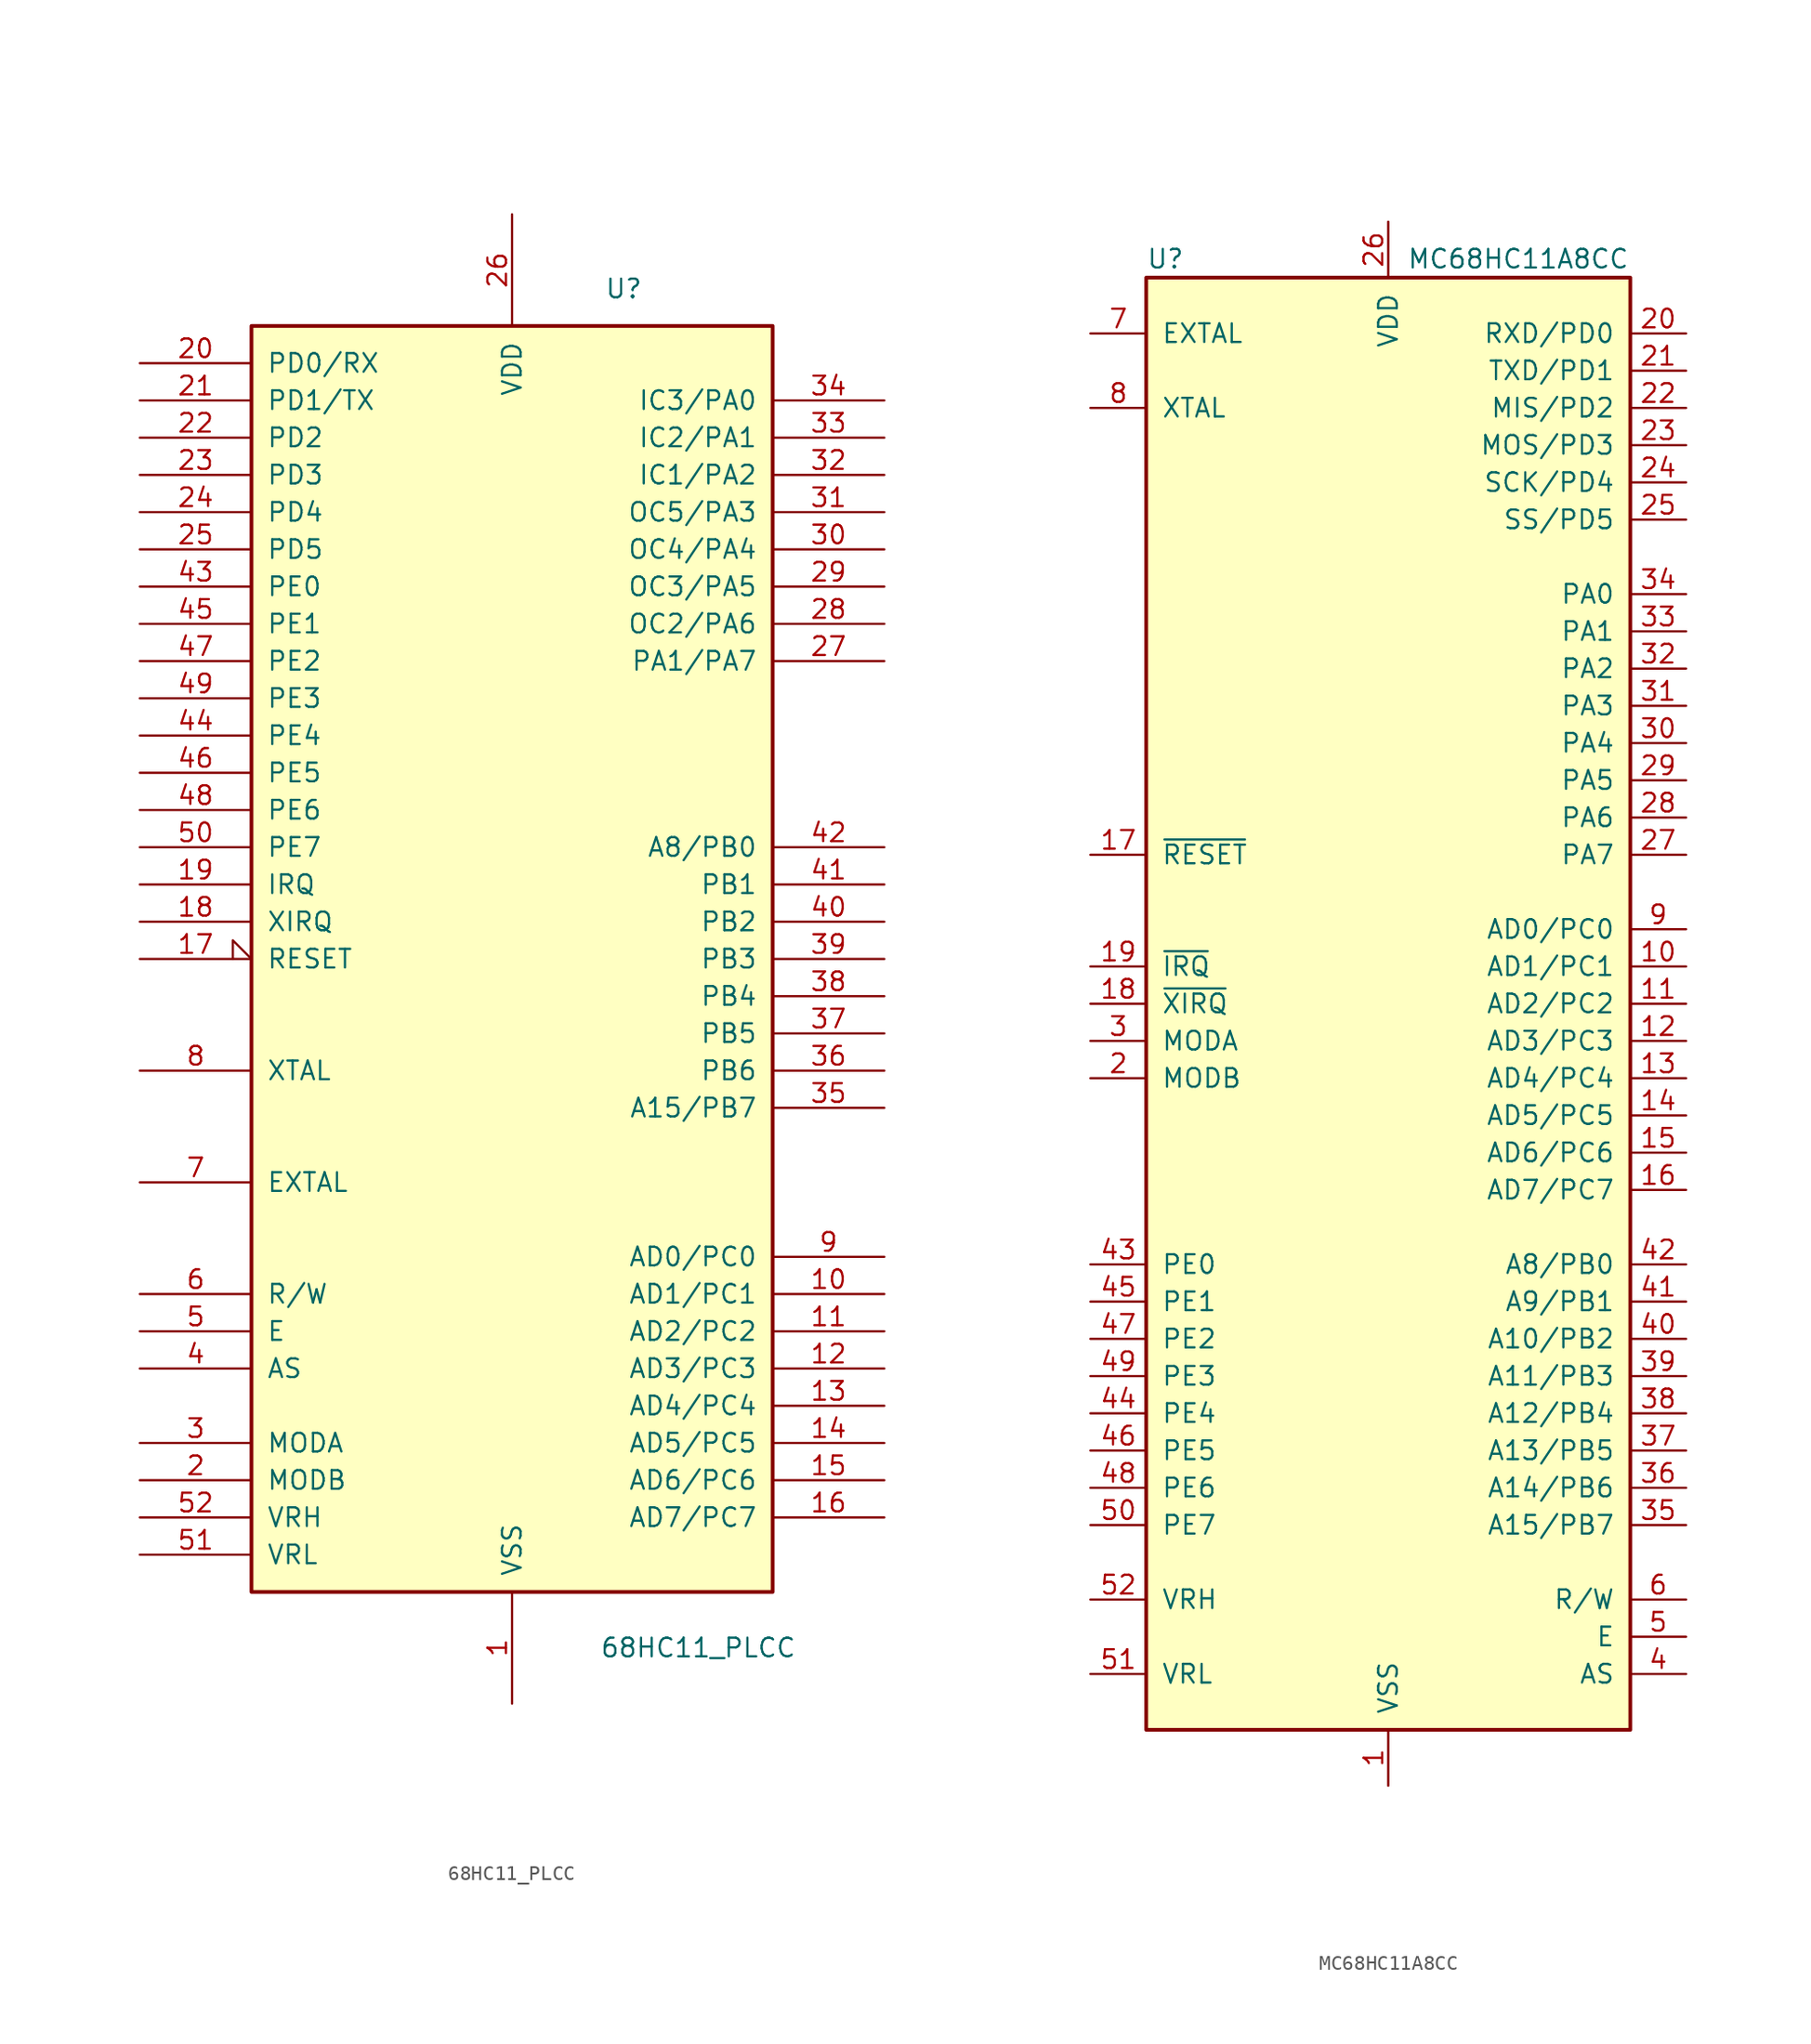
<source format=kicad_sym>
(kicad_symbol_lib
  (version 20220914)
  (generator kicad_symbol_editor)
  (symbol "68HC11_PLCC"
    (pin_names
      (offset 1.016))
    (property "Reference" "U"
      (at 7.62 45.72 0)
      (effects (font (size 1.27 1.27))))
    (property "Value" "68HC11_PLCC"
      (at 12.7 -46.99 0)
      (effects (font (size 1.27 1.27))))
    (symbol "68HC11_PLCC_0_1"
      (rectangle (start -17.78 -43.18) (end 17.78 43.18) (stroke (width 0.254) (type default)) (fill (type background))))
    (symbol "68HC11_PLCC_1_1"
      (pin power_in line (at 0 -50.8 90) (length 7.62) (name "VSS" (effects (font (size 1.27 1.27)))) (number "1" (effects (font (size 1.27 1.27)))))
      (pin tri_state line (at 25.4 -22.86 180) (length 7.62) (name "AD1/PC1" (effects (font (size 1.27 1.27)))) (number "10" (effects (font (size 1.27 1.27)))))
      (pin tri_state line (at 25.4 -25.4 180) (length 7.62) (name "AD2/PC2" (effects (font (size 1.27 1.27)))) (number "11" (effects (font (size 1.27 1.27)))))
      (pin tri_state line (at 25.4 -27.94 180) (length 7.62) (name "AD3/PC3" (effects (font (size 1.27 1.27)))) (number "12" (effects (font (size 1.27 1.27)))))
      (pin tri_state line (at 25.4 -30.48 180) (length 7.62) (name "AD4/PC4" (effects (font (size 1.27 1.27)))) (number "13" (effects (font (size 1.27 1.27)))))
      (pin tri_state line (at 25.4 -33.02 180) (length 7.62) (name "AD5/PC5" (effects (font (size 1.27 1.27)))) (number "14" (effects (font (size 1.27 1.27)))))
      (pin tri_state line (at 25.4 -35.56 180) (length 7.62) (name "AD6/PC6" (effects (font (size 1.27 1.27)))) (number "15" (effects (font (size 1.27 1.27)))))
      (pin tri_state line (at 25.4 -38.1 180) (length 7.62) (name "AD7/PC7" (effects (font (size 1.27 1.27)))) (number "16" (effects (font (size 1.27 1.27)))))
      (pin input input_low (at -25.4 0 0) (length 7.62) (name "RESET" (effects (font (size 1.27 1.27)))) (number "17" (effects (font (size 1.27 1.27)))))
      (pin input line (at -25.4 2.54 0) (length 7.62) (name "XIRQ" (effects (font (size 1.27 1.27)))) (number "18" (effects (font (size 1.27 1.27)))))
      (pin input line (at -25.4 5.08 0) (length 7.62) (name "IRQ" (effects (font (size 1.27 1.27)))) (number "19" (effects (font (size 1.27 1.27)))))
      (pin input line (at -25.4 -35.56 0) (length 7.62) (name "MODB" (effects (font (size 1.27 1.27)))) (number "2" (effects (font (size 1.27 1.27)))))
      (pin bidirectional line (at -25.4 40.64 0) (length 7.62) (name "PD0/RX" (effects (font (size 1.27 1.27)))) (number "20" (effects (font (size 1.27 1.27)))))
      (pin bidirectional line (at -25.4 38.1 0) (length 7.62) (name "PD1/TX" (effects (font (size 1.27 1.27)))) (number "21" (effects (font (size 1.27 1.27)))))
      (pin bidirectional line (at -25.4 35.56 0) (length 7.62) (name "PD2" (effects (font (size 1.27 1.27)))) (number "22" (effects (font (size 1.27 1.27)))))
      (pin input line (at -25.4 33.02 0) (length 7.62) (name "PD3" (effects (font (size 1.27 1.27)))) (number "23" (effects (font (size 1.27 1.27)))))
      (pin bidirectional line (at -25.4 30.48 0) (length 7.62) (name "PD4" (effects (font (size 1.27 1.27)))) (number "24" (effects (font (size 1.27 1.27)))))
      (pin bidirectional line (at -25.4 27.94 0) (length 7.62) (name "PD5" (effects (font (size 1.27 1.27)))) (number "25" (effects (font (size 1.27 1.27)))))
      (pin power_in line (at 0 50.8 270) (length 7.62) (name "VDD" (effects (font (size 1.27 1.27)))) (number "26" (effects (font (size 1.27 1.27)))))
      (pin input line (at 25.4 20.32 180) (length 7.62) (name "PA1/PA7" (effects (font (size 1.27 1.27)))) (number "27" (effects (font (size 1.27 1.27)))))
      (pin output line (at 25.4 22.86 180) (length 7.62) (name "OC2/PA6" (effects (font (size 1.27 1.27)))) (number "28" (effects (font (size 1.27 1.27)))))
      (pin output line (at 25.4 25.4 180) (length 7.62) (name "OC3/PA5" (effects (font (size 1.27 1.27)))) (number "29" (effects (font (size 1.27 1.27)))))
      (pin input line (at -25.4 -33.02 0) (length 7.62) (name "MODA" (effects (font (size 1.27 1.27)))) (number "3" (effects (font (size 1.27 1.27)))))
      (pin output line (at 25.4 27.94 180) (length 7.62) (name "OC4/PA4" (effects (font (size 1.27 1.27)))) (number "30" (effects (font (size 1.27 1.27)))))
      (pin output line (at 25.4 30.48 180) (length 7.62) (name "OC5/PA3" (effects (font (size 1.27 1.27)))) (number "31" (effects (font (size 1.27 1.27)))))
      (pin input line (at 25.4 33.02 180) (length 7.62) (name "IC1/PA2" (effects (font (size 1.27 1.27)))) (number "32" (effects (font (size 1.27 1.27)))))
      (pin input line (at 25.4 35.56 180) (length 7.62) (name "IC2/PA1" (effects (font (size 1.27 1.27)))) (number "33" (effects (font (size 1.27 1.27)))))
      (pin input line (at 25.4 38.1 180) (length 7.62) (name "IC3/PA0" (effects (font (size 1.27 1.27)))) (number "34" (effects (font (size 1.27 1.27)))))
      (pin output line (at 25.4 -10.16 180) (length 7.62) (name "A15/PB7" (effects (font (size 1.27 1.27)))) (number "35" (effects (font (size 1.27 1.27)))))
      (pin output line (at 25.4 -7.62 180) (length 7.62) (name "PB6" (effects (font (size 1.27 1.27)))) (number "36" (effects (font (size 1.27 1.27)))))
      (pin output line (at 25.4 -5.08 180) (length 7.62) (name "PB5" (effects (font (size 1.27 1.27)))) (number "37" (effects (font (size 1.27 1.27)))))
      (pin output line (at 25.4 -2.54 180) (length 7.62) (name "PB4" (effects (font (size 1.27 1.27)))) (number "38" (effects (font (size 1.27 1.27)))))
      (pin output line (at 25.4 0 180) (length 7.62) (name "PB3" (effects (font (size 1.27 1.27)))) (number "39" (effects (font (size 1.27 1.27)))))
      (pin output line (at -25.4 -27.94 0) (length 7.62) (name "AS" (effects (font (size 1.27 1.27)))) (number "4" (effects (font (size 1.27 1.27)))))
      (pin output line (at 25.4 2.54 180) (length 7.62) (name "PB2" (effects (font (size 1.27 1.27)))) (number "40" (effects (font (size 1.27 1.27)))))
      (pin output line (at 25.4 5.08 180) (length 7.62) (name "PB1" (effects (font (size 1.27 1.27)))) (number "41" (effects (font (size 1.27 1.27)))))
      (pin output line (at 25.4 7.62 180) (length 7.62) (name "A8/PB0" (effects (font (size 1.27 1.27)))) (number "42" (effects (font (size 1.27 1.27)))))
      (pin input line (at -25.4 25.4 0) (length 7.62) (name "PE0" (effects (font (size 1.27 1.27)))) (number "43" (effects (font (size 1.27 1.27)))))
      (pin input line (at -25.4 15.24 0) (length 7.62) (name "PE4" (effects (font (size 1.27 1.27)))) (number "44" (effects (font (size 1.27 1.27)))))
      (pin input line (at -25.4 22.86 0) (length 7.62) (name "PE1" (effects (font (size 1.27 1.27)))) (number "45" (effects (font (size 1.27 1.27)))))
      (pin input line (at -25.4 12.7 0) (length 7.62) (name "PE5" (effects (font (size 1.27 1.27)))) (number "46" (effects (font (size 1.27 1.27)))))
      (pin input line (at -25.4 20.32 0) (length 7.62) (name "PE2" (effects (font (size 1.27 1.27)))) (number "47" (effects (font (size 1.27 1.27)))))
      (pin input line (at -25.4 10.16 0) (length 7.62) (name "PE6" (effects (font (size 1.27 1.27)))) (number "48" (effects (font (size 1.27 1.27)))))
      (pin input line (at -25.4 17.78 0) (length 7.62) (name "PE3" (effects (font (size 1.27 1.27)))) (number "49" (effects (font (size 1.27 1.27)))))
      (pin output line (at -25.4 -25.4 0) (length 7.62) (name "E" (effects (font (size 1.27 1.27)))) (number "5" (effects (font (size 1.27 1.27)))))
      (pin input line (at -25.4 7.62 0) (length 7.62) (name "PE7" (effects (font (size 1.27 1.27)))) (number "50" (effects (font (size 1.27 1.27)))))
      (pin passive line (at -25.4 -40.64 0) (length 7.62) (name "VRL" (effects (font (size 1.27 1.27)))) (number "51" (effects (font (size 1.27 1.27)))))
      (pin passive line (at -25.4 -38.1 0) (length 7.62) (name "VRH" (effects (font (size 1.27 1.27)))) (number "52" (effects (font (size 1.27 1.27)))))
      (pin output line (at -25.4 -22.86 0) (length 7.62) (name "R/W" (effects (font (size 1.27 1.27)))) (number "6" (effects (font (size 1.27 1.27)))))
      (pin input line (at -25.4 -15.24 0) (length 7.62) (name "EXTAL" (effects (font (size 1.27 1.27)))) (number "7" (effects (font (size 1.27 1.27)))))
      (pin output line (at -25.4 -7.62 0) (length 7.62) (name "XTAL" (effects (font (size 1.27 1.27)))) (number "8" (effects (font (size 1.27 1.27)))))
      (pin tri_state line (at 25.4 -20.32 180) (length 7.62) (name "AD0/PC0" (effects (font (size 1.27 1.27)))) (number "9" (effects (font (size 1.27 1.27)))))))
  (symbol "MC68HC11A8CC"
    (pin_names
      (offset 1.016))
    (property "Reference" "U"
      (at -16.51 50.8 0)
      (effects (font (size 1.27 1.27)) (justify left)))
    (property "Value" "MC68HC11A8CC"
      (at 1.27 50.8 0)
      (effects (font (size 1.27 1.27)) (justify left)))
    (symbol "MC68HC11A8CC_0_1"
      (rectangle (start -16.51 49.53) (end 16.51 -49.53) (stroke (width 0.254) (type default)) (fill (type background))))
    (symbol "MC68HC11A8CC_1_1"
      (pin power_in line (at 0 -53.34 90) (length 3.81) (name "VSS" (effects (font (size 1.27 1.27)))) (number "1" (effects (font (size 1.27 1.27)))))
      (pin bidirectional line (at 20.32 2.54 180) (length 3.81) (name "AD1/PC1" (effects (font (size 1.27 1.27)))) (number "10" (effects (font (size 1.27 1.27)))))
      (pin bidirectional line (at 20.32 0 180) (length 3.81) (name "AD2/PC2" (effects (font (size 1.27 1.27)))) (number "11" (effects (font (size 1.27 1.27)))))
      (pin bidirectional line (at 20.32 -2.54 180) (length 3.81) (name "AD3/PC3" (effects (font (size 1.27 1.27)))) (number "12" (effects (font (size 1.27 1.27)))))
      (pin bidirectional line (at 20.32 -5.08 180) (length 3.81) (name "AD4/PC4" (effects (font (size 1.27 1.27)))) (number "13" (effects (font (size 1.27 1.27)))))
      (pin bidirectional line (at 20.32 -7.62 180) (length 3.81) (name "AD5/PC5" (effects (font (size 1.27 1.27)))) (number "14" (effects (font (size 1.27 1.27)))))
      (pin bidirectional line (at 20.32 -10.16 180) (length 3.81) (name "AD6/PC6" (effects (font (size 1.27 1.27)))) (number "15" (effects (font (size 1.27 1.27)))))
      (pin bidirectional line (at 20.32 -12.7 180) (length 3.81) (name "AD7/PC7" (effects (font (size 1.27 1.27)))) (number "16" (effects (font (size 1.27 1.27)))))
      (pin input line (at -20.32 10.16 0) (length 3.81) (name "~{RESET}" (effects (font (size 1.27 1.27)))) (number "17" (effects (font (size 1.27 1.27)))))
      (pin input line (at -20.32 0 0) (length 3.81) (name "~{XIRQ}" (effects (font (size 1.27 1.27)))) (number "18" (effects (font (size 1.27 1.27)))))
      (pin input line (at -20.32 2.54 0) (length 3.81) (name "~{IRQ}" (effects (font (size 1.27 1.27)))) (number "19" (effects (font (size 1.27 1.27)))))
      (pin input line (at -20.32 -5.08 0) (length 3.81) (name "MODB" (effects (font (size 1.27 1.27)))) (number "2" (effects (font (size 1.27 1.27)))))
      (pin bidirectional line (at 20.32 45.72 180) (length 3.81) (name "RXD/PD0" (effects (font (size 1.27 1.27)))) (number "20" (effects (font (size 1.27 1.27)))))
      (pin bidirectional line (at 20.32 43.18 180) (length 3.81) (name "TXD/PD1" (effects (font (size 1.27 1.27)))) (number "21" (effects (font (size 1.27 1.27)))))
      (pin bidirectional line (at 20.32 40.64 180) (length 3.81) (name "MIS/PD2" (effects (font (size 1.27 1.27)))) (number "22" (effects (font (size 1.27 1.27)))))
      (pin bidirectional line (at 20.32 38.1 180) (length 3.81) (name "MOS/PD3" (effects (font (size 1.27 1.27)))) (number "23" (effects (font (size 1.27 1.27)))))
      (pin bidirectional line (at 20.32 35.56 180) (length 3.81) (name "SCK/PD4" (effects (font (size 1.27 1.27)))) (number "24" (effects (font (size 1.27 1.27)))))
      (pin bidirectional line (at 20.32 33.02 180) (length 3.81) (name "SS/PD5" (effects (font (size 1.27 1.27)))) (number "25" (effects (font (size 1.27 1.27)))))
      (pin power_in line (at 0 53.34 270) (length 3.81) (name "VDD" (effects (font (size 1.27 1.27)))) (number "26" (effects (font (size 1.27 1.27)))))
      (pin bidirectional line (at 20.32 10.16 180) (length 3.81) (name "PA7" (effects (font (size 1.27 1.27)))) (number "27" (effects (font (size 1.27 1.27)))))
      (pin output line (at 20.32 12.7 180) (length 3.81) (name "PA6" (effects (font (size 1.27 1.27)))) (number "28" (effects (font (size 1.27 1.27)))))
      (pin output line (at 20.32 15.24 180) (length 3.81) (name "PA5" (effects (font (size 1.27 1.27)))) (number "29" (effects (font (size 1.27 1.27)))))
      (pin bidirectional line (at -20.32 -2.54 0) (length 3.81) (name "MODA" (effects (font (size 1.27 1.27)))) (number "3" (effects (font (size 1.27 1.27)))))
      (pin output line (at 20.32 17.78 180) (length 3.81) (name "PA4" (effects (font (size 1.27 1.27)))) (number "30" (effects (font (size 1.27 1.27)))))
      (pin output line (at 20.32 20.32 180) (length 3.81) (name "PA3" (effects (font (size 1.27 1.27)))) (number "31" (effects (font (size 1.27 1.27)))))
      (pin input line (at 20.32 22.86 180) (length 3.81) (name "PA2" (effects (font (size 1.27 1.27)))) (number "32" (effects (font (size 1.27 1.27)))))
      (pin input line (at 20.32 25.4 180) (length 3.81) (name "PA1" (effects (font (size 1.27 1.27)))) (number "33" (effects (font (size 1.27 1.27)))))
      (pin input line (at 20.32 27.94 180) (length 3.81) (name "PA0" (effects (font (size 1.27 1.27)))) (number "34" (effects (font (size 1.27 1.27)))))
      (pin output line (at 20.32 -35.56 180) (length 3.81) (name "A15/PB7" (effects (font (size 1.27 1.27)))) (number "35" (effects (font (size 1.27 1.27)))))
      (pin output line (at 20.32 -33.02 180) (length 3.81) (name "A14/PB6" (effects (font (size 1.27 1.27)))) (number "36" (effects (font (size 1.27 1.27)))))
      (pin output line (at 20.32 -30.48 180) (length 3.81) (name "A13/PB5" (effects (font (size 1.27 1.27)))) (number "37" (effects (font (size 1.27 1.27)))))
      (pin output line (at 20.32 -27.94 180) (length 3.81) (name "A12/PB4" (effects (font (size 1.27 1.27)))) (number "38" (effects (font (size 1.27 1.27)))))
      (pin output line (at 20.32 -25.4 180) (length 3.81) (name "A11/PB3" (effects (font (size 1.27 1.27)))) (number "39" (effects (font (size 1.27 1.27)))))
      (pin output line (at 20.32 -45.72 180) (length 3.81) (name "AS" (effects (font (size 1.27 1.27)))) (number "4" (effects (font (size 1.27 1.27)))))
      (pin output line (at 20.32 -22.86 180) (length 3.81) (name "A10/PB2" (effects (font (size 1.27 1.27)))) (number "40" (effects (font (size 1.27 1.27)))))
      (pin output line (at 20.32 -20.32 180) (length 3.81) (name "A9/PB1" (effects (font (size 1.27 1.27)))) (number "41" (effects (font (size 1.27 1.27)))))
      (pin output line (at 20.32 -17.78 180) (length 3.81) (name "A8/PB0" (effects (font (size 1.27 1.27)))) (number "42" (effects (font (size 1.27 1.27)))))
      (pin input line (at -20.32 -17.78 0) (length 3.81) (name "PE0" (effects (font (size 1.27 1.27)))) (number "43" (effects (font (size 1.27 1.27)))))
      (pin input line (at -20.32 -27.94 0) (length 3.81) (name "PE4" (effects (font (size 1.27 1.27)))) (number "44" (effects (font (size 1.27 1.27)))))
      (pin input line (at -20.32 -20.32 0) (length 3.81) (name "PE1" (effects (font (size 1.27 1.27)))) (number "45" (effects (font (size 1.27 1.27)))))
      (pin input line (at -20.32 -30.48 0) (length 3.81) (name "PE5" (effects (font (size 1.27 1.27)))) (number "46" (effects (font (size 1.27 1.27)))))
      (pin input line (at -20.32 -22.86 0) (length 3.81) (name "PE2" (effects (font (size 1.27 1.27)))) (number "47" (effects (font (size 1.27 1.27)))))
      (pin input line (at -20.32 -33.02 0) (length 3.81) (name "PE6" (effects (font (size 1.27 1.27)))) (number "48" (effects (font (size 1.27 1.27)))))
      (pin input line (at -20.32 -25.4 0) (length 3.81) (name "PE3" (effects (font (size 1.27 1.27)))) (number "49" (effects (font (size 1.27 1.27)))))
      (pin output line (at 20.32 -43.18 180) (length 3.81) (name "E" (effects (font (size 1.27 1.27)))) (number "5" (effects (font (size 1.27 1.27)))))
      (pin input line (at -20.32 -35.56 0) (length 3.81) (name "PE7" (effects (font (size 1.27 1.27)))) (number "50" (effects (font (size 1.27 1.27)))))
      (pin input line (at -20.32 -45.72 0) (length 3.81) (name "VRL" (effects (font (size 1.27 1.27)))) (number "51" (effects (font (size 1.27 1.27)))))
      (pin input line (at -20.32 -40.64 0) (length 3.81) (name "VRH" (effects (font (size 1.27 1.27)))) (number "52" (effects (font (size 1.27 1.27)))))
      (pin output line (at 20.32 -40.64 180) (length 3.81) (name "R/W" (effects (font (size 1.27 1.27)))) (number "6" (effects (font (size 1.27 1.27)))))
      (pin input line (at -20.32 45.72 0) (length 3.81) (name "EXTAL" (effects (font (size 1.27 1.27)))) (number "7" (effects (font (size 1.27 1.27)))))
      (pin output line (at -20.32 40.64 0) (length 3.81) (name "XTAL" (effects (font (size 1.27 1.27)))) (number "8" (effects (font (size 1.27 1.27)))))
      (pin bidirectional line (at 20.32 5.08 180) (length 3.81) (name "AD0/PC0" (effects (font (size 1.27 1.27)))) (number "9" (effects (font (size 1.27 1.27))))))))
</source>
